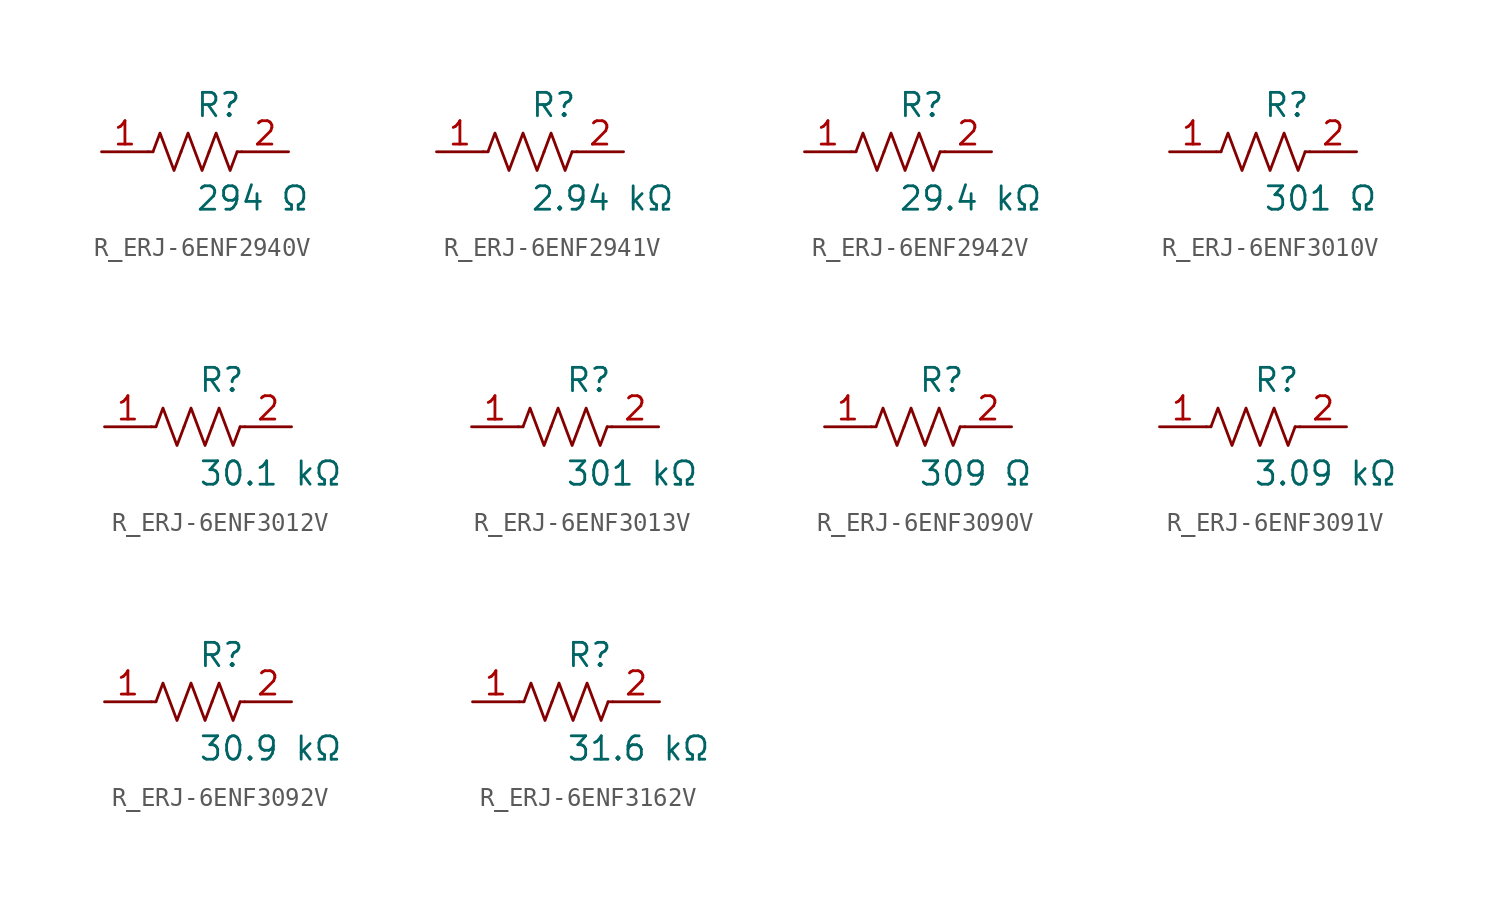
<source format=kicad_sym>
(kicad_symbol_lib
  (version 20231120)
  (generator kicad_symbol_editor)
  (generator_version 8.0)
  (symbol "R_ERJ-6ENF2940V"
    (pin_names
      (offset 0.254))
    (property "Reference" "R"
      (at 0.0 2.54 0)
      (effects (font (size 1.27 1.27)) (justify left)))
    (property "Value" "294 Ω"
      (at 0.0 -2.54 0)
      (effects (font (size 1.27 1.27)) (justify left)))
    (symbol "R_ERJ-6ENF2940V_0_1"
      (polyline (pts (xy 2.286 0) (xy 2.54 0)) (stroke (width 0) (type default)) (fill (type none)))
      (polyline (pts (xy -2.286 0) (xy -2.54 0)) (stroke (width 0) (type default)) (fill (type none)))
      (polyline (pts (xy 0.762 0) (xy 1.143 1.016) (xy 1.524 0) (xy 1.905 -1.016) (xy 2.286 0)) (stroke (width 0) (type default)) (fill (type none)))
      (polyline (pts (xy -0.762 0) (xy -0.381 1.016) (xy 0 0) (xy 0.381 -1.016) (xy 0.762 0)) (stroke (width 0) (type default)) (fill (type none)))
      (polyline (pts (xy -2.286 0) (xy -1.905 1.016) (xy -1.524 0) (xy -1.143 -1.016) (xy -0.762 0)) (stroke (width 0) (type default)) (fill (type none))))
    (pin unspecified line
      (at -5.08 0 0)
      (length 2.54)
      (name "" (effects (font (size 1.27 1.27))))
      (number "1" (effects (font (size 1.27 1.27)))))
    (pin unspecified line
      (at 5.08 0 180)
      (length 2.54)
      (name "" (effects (font (size 1.27 1.27))))
      (number "2" (effects (font (size 1.27 1.27))))))
  (symbol "R_ERJ-6ENF2941V"
    (pin_names
      (offset 0.254))
    (property "Reference" "R"
      (at 0.0 2.54 0)
      (effects (font (size 1.27 1.27)) (justify left)))
    (property "Value" "2.94 kΩ"
      (at 0.0 -2.54 0)
      (effects (font (size 1.27 1.27)) (justify left)))
    (symbol "R_ERJ-6ENF2941V_0_1"
      (polyline (pts (xy 2.286 0) (xy 2.54 0)) (stroke (width 0) (type default)) (fill (type none)))
      (polyline (pts (xy -2.286 0) (xy -2.54 0)) (stroke (width 0) (type default)) (fill (type none)))
      (polyline (pts (xy 0.762 0) (xy 1.143 1.016) (xy 1.524 0) (xy 1.905 -1.016) (xy 2.286 0)) (stroke (width 0) (type default)) (fill (type none)))
      (polyline (pts (xy -0.762 0) (xy -0.381 1.016) (xy 0 0) (xy 0.381 -1.016) (xy 0.762 0)) (stroke (width 0) (type default)) (fill (type none)))
      (polyline (pts (xy -2.286 0) (xy -1.905 1.016) (xy -1.524 0) (xy -1.143 -1.016) (xy -0.762 0)) (stroke (width 0) (type default)) (fill (type none))))
    (pin unspecified line
      (at -5.08 0 0)
      (length 2.54)
      (name "" (effects (font (size 1.27 1.27))))
      (number "1" (effects (font (size 1.27 1.27)))))
    (pin unspecified line
      (at 5.08 0 180)
      (length 2.54)
      (name "" (effects (font (size 1.27 1.27))))
      (number "2" (effects (font (size 1.27 1.27))))))
  (symbol "R_ERJ-6ENF2942V"
    (pin_names
      (offset 0.254))
    (property "Reference" "R"
      (at 0.0 2.54 0)
      (effects (font (size 1.27 1.27)) (justify left)))
    (property "Value" "29.4 kΩ"
      (at 0.0 -2.54 0)
      (effects (font (size 1.27 1.27)) (justify left)))
    (symbol "R_ERJ-6ENF2942V_0_1"
      (polyline (pts (xy 2.286 0) (xy 2.54 0)) (stroke (width 0) (type default)) (fill (type none)))
      (polyline (pts (xy -2.286 0) (xy -2.54 0)) (stroke (width 0) (type default)) (fill (type none)))
      (polyline (pts (xy 0.762 0) (xy 1.143 1.016) (xy 1.524 0) (xy 1.905 -1.016) (xy 2.286 0)) (stroke (width 0) (type default)) (fill (type none)))
      (polyline (pts (xy -0.762 0) (xy -0.381 1.016) (xy 0 0) (xy 0.381 -1.016) (xy 0.762 0)) (stroke (width 0) (type default)) (fill (type none)))
      (polyline (pts (xy -2.286 0) (xy -1.905 1.016) (xy -1.524 0) (xy -1.143 -1.016) (xy -0.762 0)) (stroke (width 0) (type default)) (fill (type none))))
    (pin unspecified line
      (at -5.08 0 0)
      (length 2.54)
      (name "" (effects (font (size 1.27 1.27))))
      (number "1" (effects (font (size 1.27 1.27)))))
    (pin unspecified line
      (at 5.08 0 180)
      (length 2.54)
      (name "" (effects (font (size 1.27 1.27))))
      (number "2" (effects (font (size 1.27 1.27))))))
  (symbol "R_ERJ-6ENF3010V"
    (pin_names
      (offset 0.254))
    (property "Reference" "R"
      (at 0.0 2.54 0)
      (effects (font (size 1.27 1.27)) (justify left)))
    (property "Value" "301 Ω"
      (at 0.0 -2.54 0)
      (effects (font (size 1.27 1.27)) (justify left)))
    (symbol "R_ERJ-6ENF3010V_0_1"
      (polyline (pts (xy 2.286 0) (xy 2.54 0)) (stroke (width 0) (type default)) (fill (type none)))
      (polyline (pts (xy -2.286 0) (xy -2.54 0)) (stroke (width 0) (type default)) (fill (type none)))
      (polyline (pts (xy 0.762 0) (xy 1.143 1.016) (xy 1.524 0) (xy 1.905 -1.016) (xy 2.286 0)) (stroke (width 0) (type default)) (fill (type none)))
      (polyline (pts (xy -0.762 0) (xy -0.381 1.016) (xy 0 0) (xy 0.381 -1.016) (xy 0.762 0)) (stroke (width 0) (type default)) (fill (type none)))
      (polyline (pts (xy -2.286 0) (xy -1.905 1.016) (xy -1.524 0) (xy -1.143 -1.016) (xy -0.762 0)) (stroke (width 0) (type default)) (fill (type none))))
    (pin unspecified line
      (at -5.08 0 0)
      (length 2.54)
      (name "" (effects (font (size 1.27 1.27))))
      (number "1" (effects (font (size 1.27 1.27)))))
    (pin unspecified line
      (at 5.08 0 180)
      (length 2.54)
      (name "" (effects (font (size 1.27 1.27))))
      (number "2" (effects (font (size 1.27 1.27))))))
  (symbol "R_ERJ-6ENF3012V"
    (pin_names
      (offset 0.254))
    (property "Reference" "R"
      (at 0.0 2.54 0)
      (effects (font (size 1.27 1.27)) (justify left)))
    (property "Value" "30.1 kΩ"
      (at 0.0 -2.54 0)
      (effects (font (size 1.27 1.27)) (justify left)))
    (symbol "R_ERJ-6ENF3012V_0_1"
      (polyline (pts (xy 2.286 0) (xy 2.54 0)) (stroke (width 0) (type default)) (fill (type none)))
      (polyline (pts (xy -2.286 0) (xy -2.54 0)) (stroke (width 0) (type default)) (fill (type none)))
      (polyline (pts (xy 0.762 0) (xy 1.143 1.016) (xy 1.524 0) (xy 1.905 -1.016) (xy 2.286 0)) (stroke (width 0) (type default)) (fill (type none)))
      (polyline (pts (xy -0.762 0) (xy -0.381 1.016) (xy 0 0) (xy 0.381 -1.016) (xy 0.762 0)) (stroke (width 0) (type default)) (fill (type none)))
      (polyline (pts (xy -2.286 0) (xy -1.905 1.016) (xy -1.524 0) (xy -1.143 -1.016) (xy -0.762 0)) (stroke (width 0) (type default)) (fill (type none))))
    (pin unspecified line
      (at -5.08 0 0)
      (length 2.54)
      (name "" (effects (font (size 1.27 1.27))))
      (number "1" (effects (font (size 1.27 1.27)))))
    (pin unspecified line
      (at 5.08 0 180)
      (length 2.54)
      (name "" (effects (font (size 1.27 1.27))))
      (number "2" (effects (font (size 1.27 1.27))))))
  (symbol "R_ERJ-6ENF3013V"
    (pin_names
      (offset 0.254))
    (property "Reference" "R"
      (at 0.0 2.54 0)
      (effects (font (size 1.27 1.27)) (justify left)))
    (property "Value" "301 kΩ"
      (at 0.0 -2.54 0)
      (effects (font (size 1.27 1.27)) (justify left)))
    (symbol "R_ERJ-6ENF3013V_0_1"
      (polyline (pts (xy 2.286 0) (xy 2.54 0)) (stroke (width 0) (type default)) (fill (type none)))
      (polyline (pts (xy -2.286 0) (xy -2.54 0)) (stroke (width 0) (type default)) (fill (type none)))
      (polyline (pts (xy 0.762 0) (xy 1.143 1.016) (xy 1.524 0) (xy 1.905 -1.016) (xy 2.286 0)) (stroke (width 0) (type default)) (fill (type none)))
      (polyline (pts (xy -0.762 0) (xy -0.381 1.016) (xy 0 0) (xy 0.381 -1.016) (xy 0.762 0)) (stroke (width 0) (type default)) (fill (type none)))
      (polyline (pts (xy -2.286 0) (xy -1.905 1.016) (xy -1.524 0) (xy -1.143 -1.016) (xy -0.762 0)) (stroke (width 0) (type default)) (fill (type none))))
    (pin unspecified line
      (at -5.08 0 0)
      (length 2.54)
      (name "" (effects (font (size 1.27 1.27))))
      (number "1" (effects (font (size 1.27 1.27)))))
    (pin unspecified line
      (at 5.08 0 180)
      (length 2.54)
      (name "" (effects (font (size 1.27 1.27))))
      (number "2" (effects (font (size 1.27 1.27))))))
  (symbol "R_ERJ-6ENF3090V"
    (pin_names
      (offset 0.254))
    (property "Reference" "R"
      (at 0.0 2.54 0)
      (effects (font (size 1.27 1.27)) (justify left)))
    (property "Value" "309 Ω"
      (at 0.0 -2.54 0)
      (effects (font (size 1.27 1.27)) (justify left)))
    (symbol "R_ERJ-6ENF3090V_0_1"
      (polyline (pts (xy 2.286 0) (xy 2.54 0)) (stroke (width 0) (type default)) (fill (type none)))
      (polyline (pts (xy -2.286 0) (xy -2.54 0)) (stroke (width 0) (type default)) (fill (type none)))
      (polyline (pts (xy 0.762 0) (xy 1.143 1.016) (xy 1.524 0) (xy 1.905 -1.016) (xy 2.286 0)) (stroke (width 0) (type default)) (fill (type none)))
      (polyline (pts (xy -0.762 0) (xy -0.381 1.016) (xy 0 0) (xy 0.381 -1.016) (xy 0.762 0)) (stroke (width 0) (type default)) (fill (type none)))
      (polyline (pts (xy -2.286 0) (xy -1.905 1.016) (xy -1.524 0) (xy -1.143 -1.016) (xy -0.762 0)) (stroke (width 0) (type default)) (fill (type none))))
    (pin unspecified line
      (at -5.08 0 0)
      (length 2.54)
      (name "" (effects (font (size 1.27 1.27))))
      (number "1" (effects (font (size 1.27 1.27)))))
    (pin unspecified line
      (at 5.08 0 180)
      (length 2.54)
      (name "" (effects (font (size 1.27 1.27))))
      (number "2" (effects (font (size 1.27 1.27))))))
  (symbol "R_ERJ-6ENF3091V"
    (pin_names
      (offset 0.254))
    (property "Reference" "R"
      (at 0.0 2.54 0)
      (effects (font (size 1.27 1.27)) (justify left)))
    (property "Value" "3.09 kΩ"
      (at 0.0 -2.54 0)
      (effects (font (size 1.27 1.27)) (justify left)))
    (symbol "R_ERJ-6ENF3091V_0_1"
      (polyline (pts (xy 2.286 0) (xy 2.54 0)) (stroke (width 0) (type default)) (fill (type none)))
      (polyline (pts (xy -2.286 0) (xy -2.54 0)) (stroke (width 0) (type default)) (fill (type none)))
      (polyline (pts (xy 0.762 0) (xy 1.143 1.016) (xy 1.524 0) (xy 1.905 -1.016) (xy 2.286 0)) (stroke (width 0) (type default)) (fill (type none)))
      (polyline (pts (xy -0.762 0) (xy -0.381 1.016) (xy 0 0) (xy 0.381 -1.016) (xy 0.762 0)) (stroke (width 0) (type default)) (fill (type none)))
      (polyline (pts (xy -2.286 0) (xy -1.905 1.016) (xy -1.524 0) (xy -1.143 -1.016) (xy -0.762 0)) (stroke (width 0) (type default)) (fill (type none))))
    (pin unspecified line
      (at -5.08 0 0)
      (length 2.54)
      (name "" (effects (font (size 1.27 1.27))))
      (number "1" (effects (font (size 1.27 1.27)))))
    (pin unspecified line
      (at 5.08 0 180)
      (length 2.54)
      (name "" (effects (font (size 1.27 1.27))))
      (number "2" (effects (font (size 1.27 1.27))))))
  (symbol "R_ERJ-6ENF3092V"
    (pin_names
      (offset 0.254))
    (property "Reference" "R"
      (at 0.0 2.54 0)
      (effects (font (size 1.27 1.27)) (justify left)))
    (property "Value" "30.9 kΩ"
      (at 0.0 -2.54 0)
      (effects (font (size 1.27 1.27)) (justify left)))
    (symbol "R_ERJ-6ENF3092V_0_1"
      (polyline (pts (xy 2.286 0) (xy 2.54 0)) (stroke (width 0) (type default)) (fill (type none)))
      (polyline (pts (xy -2.286 0) (xy -2.54 0)) (stroke (width 0) (type default)) (fill (type none)))
      (polyline (pts (xy 0.762 0) (xy 1.143 1.016) (xy 1.524 0) (xy 1.905 -1.016) (xy 2.286 0)) (stroke (width 0) (type default)) (fill (type none)))
      (polyline (pts (xy -0.762 0) (xy -0.381 1.016) (xy 0 0) (xy 0.381 -1.016) (xy 0.762 0)) (stroke (width 0) (type default)) (fill (type none)))
      (polyline (pts (xy -2.286 0) (xy -1.905 1.016) (xy -1.524 0) (xy -1.143 -1.016) (xy -0.762 0)) (stroke (width 0) (type default)) (fill (type none))))
    (pin unspecified line
      (at -5.08 0 0)
      (length 2.54)
      (name "" (effects (font (size 1.27 1.27))))
      (number "1" (effects (font (size 1.27 1.27)))))
    (pin unspecified line
      (at 5.08 0 180)
      (length 2.54)
      (name "" (effects (font (size 1.27 1.27))))
      (number "2" (effects (font (size 1.27 1.27))))))
  (symbol "R_ERJ-6ENF3162V"
    (pin_names
      (offset 0.254))
    (property "Reference" "R"
      (at 0.0 2.54 0)
      (effects (font (size 1.27 1.27)) (justify left)))
    (property "Value" "31.6 kΩ"
      (at 0.0 -2.54 0)
      (effects (font (size 1.27 1.27)) (justify left)))
    (symbol "R_ERJ-6ENF3162V_0_1"
      (polyline (pts (xy 2.286 0) (xy 2.54 0)) (stroke (width 0) (type default)) (fill (type none)))
      (polyline (pts (xy -2.286 0) (xy -2.54 0)) (stroke (width 0) (type default)) (fill (type none)))
      (polyline (pts (xy 0.762 0) (xy 1.143 1.016) (xy 1.524 0) (xy 1.905 -1.016) (xy 2.286 0)) (stroke (width 0) (type default)) (fill (type none)))
      (polyline (pts (xy -0.762 0) (xy -0.381 1.016) (xy 0 0) (xy 0.381 -1.016) (xy 0.762 0)) (stroke (width 0) (type default)) (fill (type none)))
      (polyline (pts (xy -2.286 0) (xy -1.905 1.016) (xy -1.524 0) (xy -1.143 -1.016) (xy -0.762 0)) (stroke (width 0) (type default)) (fill (type none))))
    (pin unspecified line
      (at -5.08 0 0)
      (length 2.54)
      (name "" (effects (font (size 1.27 1.27))))
      (number "1" (effects (font (size 1.27 1.27)))))
    (pin unspecified line
      (at 5.08 0 180)
      (length 2.54)
      (name "" (effects (font (size 1.27 1.27))))
      (number "2" (effects (font (size 1.27 1.27)))))))
</source>
